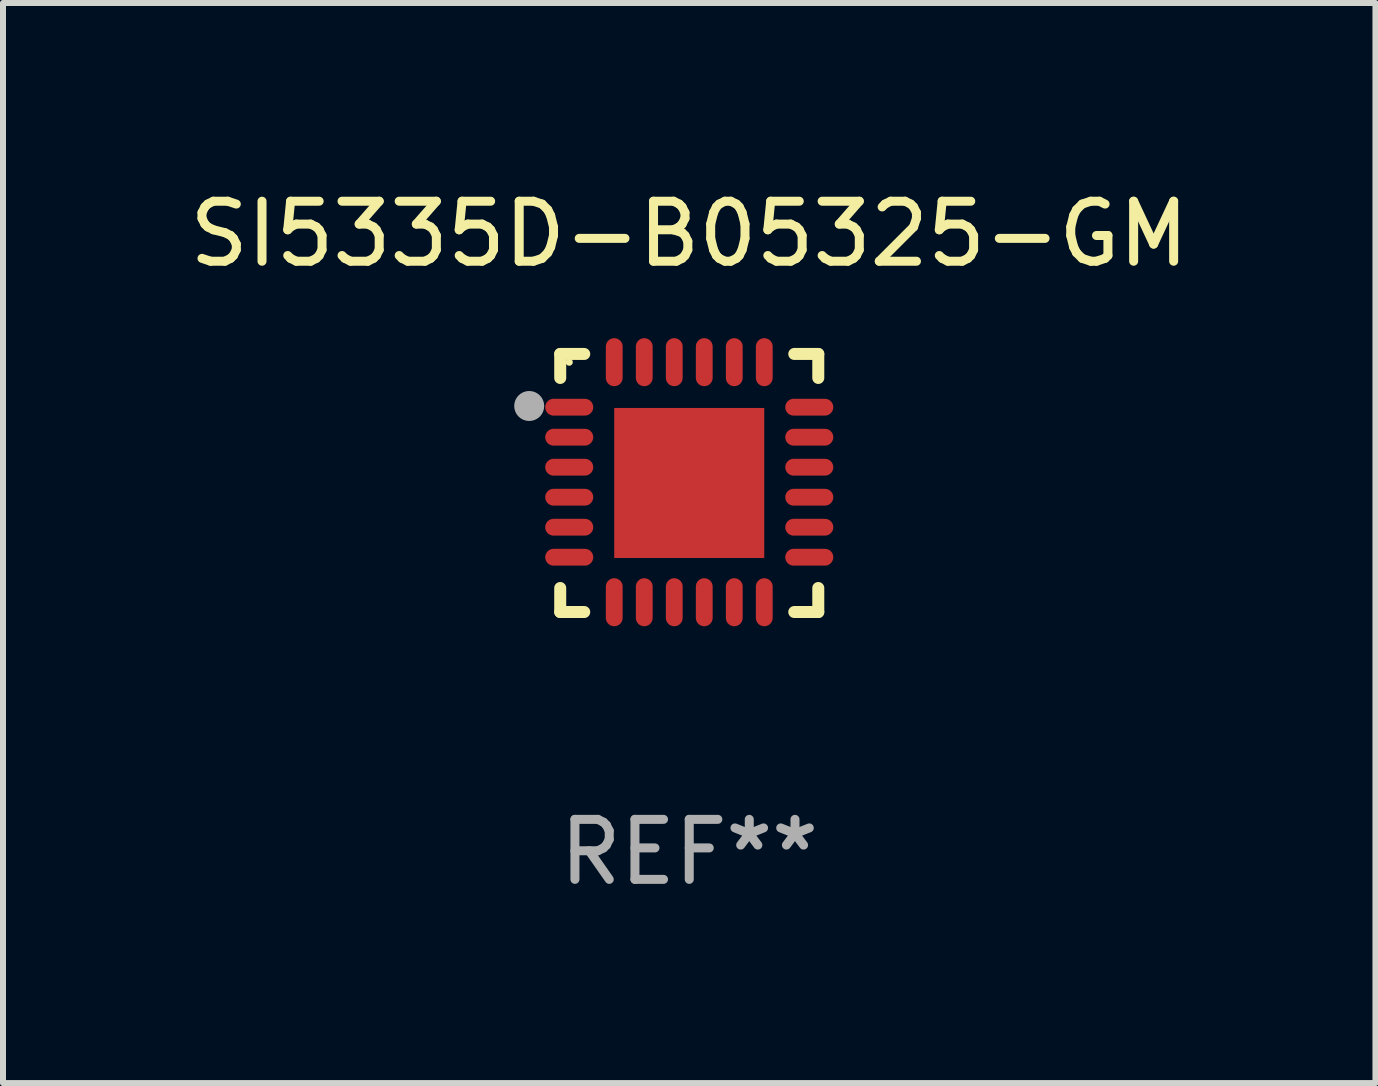
<source format=kicad_pcb>
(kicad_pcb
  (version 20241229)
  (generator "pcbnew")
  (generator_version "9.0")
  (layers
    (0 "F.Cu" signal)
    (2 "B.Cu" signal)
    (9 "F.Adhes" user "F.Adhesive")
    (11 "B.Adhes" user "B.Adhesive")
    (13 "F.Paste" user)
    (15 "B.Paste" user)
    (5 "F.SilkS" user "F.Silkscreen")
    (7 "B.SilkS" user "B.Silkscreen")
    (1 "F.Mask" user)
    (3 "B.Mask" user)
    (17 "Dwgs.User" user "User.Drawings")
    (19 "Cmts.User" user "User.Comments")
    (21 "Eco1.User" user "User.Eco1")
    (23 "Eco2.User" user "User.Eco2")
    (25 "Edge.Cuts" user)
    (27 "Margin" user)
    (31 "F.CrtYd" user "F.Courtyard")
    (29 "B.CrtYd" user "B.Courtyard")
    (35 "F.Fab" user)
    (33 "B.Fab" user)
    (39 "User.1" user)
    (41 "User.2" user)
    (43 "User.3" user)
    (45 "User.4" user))
  (footprint "SI5335D-B05325-GM"
    (layer "F.Cu")
    (at 8.435 4.998)
    (property "Reference" "SI5335D-B05325-GM" (at 0 -4.15 0) (layer "F.SilkS") (effects (font (size 1 1) (thickness 0.15))))
    (attr through_hole)
    (fp_line (start -2.15 -2.15) (end -1.75 -2.15) (stroke (width 0.2) (type solid)) (layer "F.SilkS"))
    (fp_line (start -2.15 -1.75) (end -2.15 -2.15) (stroke (width 0.2) (type solid)) (layer "F.SilkS"))
    (fp_line (start -2.15 2.15) (end -2.15 1.75) (stroke (width 0.2) (type solid)) (layer "F.SilkS"))
    (fp_line (start -1.75 2.15) (end -2.15 2.15) (stroke (width 0.2) (type solid)) (layer "F.SilkS"))
    (fp_line (start 1.75 -2.15) (end 2.15 -2.15) (stroke (width 0.2) (type solid)) (layer "F.SilkS"))
    (fp_line (start 1.75 2.15) (end 2.15 2.15) (stroke (width 0.2) (type solid)) (layer "F.SilkS"))
    (fp_line (start 2.15 -2.15) (end 2.15 -1.75) (stroke (width 0.2) (type solid)) (layer "F.SilkS"))
    (fp_line (start 2.15 2.15) (end 2.15 1.75) (stroke (width 0.2) (type solid)) (layer "F.SilkS"))
    (fp_circle (center -2 -2.013) (end -1.97 -2.013) (stroke (width 0.06) (type solid)) (fill no) (layer "F.SilkS"))
    (fp_circle (center -2.667 -1.283) (end -2.542 -1.283) (stroke (width 0.25) (type solid)) (fill no) (layer "F.Fab"))
    (fp_text user "REF**" (at 0 6.15 0) (layer "F.Fab") (effects (font (size 1 1) (thickness 0.15))))
    (pad "1" smd oval (at -2 -1.263) (size 0.8 0.28) (layers "F.Cu" "F.Mask" "F.Paste"))
    (pad "2" smd oval (at -2 -0.763) (size 0.8 0.28) (layers "F.Cu" "F.Mask" "F.Paste"))
    (pad "3" smd oval (at -2 -0.263) (size 0.8 0.28) (layers "F.Cu" "F.Mask" "F.Paste"))
    (pad "4" smd oval (at -2 0.237) (size 0.8 0.28) (layers "F.Cu" "F.Mask" "F.Paste"))
    (pad "5" smd oval (at -2 0.737) (size 0.8 0.28) (layers "F.Cu" "F.Mask" "F.Paste"))
    (pad "6" smd oval (at -2 1.237) (size 0.8 0.28) (layers "F.Cu" "F.Mask" "F.Paste"))
    (pad "7" smd oval (at -1.25 1.987) (size 0.28 0.8) (layers "F.Cu" "F.Mask" "F.Paste"))
    (pad "8" smd oval (at -0.75 1.987) (size 0.28 0.8) (layers "F.Cu" "F.Mask" "F.Paste"))
    (pad "9" smd oval (at -0.25 1.987) (size 0.28 0.8) (layers "F.Cu" "F.Mask" "F.Paste"))
    (pad "10" smd oval (at 0.25 1.987) (size 0.28 0.8) (layers "F.Cu" "F.Mask" "F.Paste"))
    (pad "11" smd oval (at 0.75 1.987) (size 0.28 0.8) (layers "F.Cu" "F.Mask" "F.Paste"))
    (pad "12" smd oval (at 1.25 1.987) (size 0.28 0.8) (layers "F.Cu" "F.Mask" "F.Paste"))
    (pad "13" smd oval (at 2 1.237) (size 0.8 0.28) (layers "F.Cu" "F.Mask" "F.Paste"))
    (pad "14" smd oval (at 2 0.737) (size 0.8 0.28) (layers "F.Cu" "F.Mask" "F.Paste"))
    (pad "15" smd oval (at 2 0.237) (size 0.8 0.28) (layers "F.Cu" "F.Mask" "F.Paste"))
    (pad "16" smd oval (at 2 -0.263) (size 0.8 0.28) (layers "F.Cu" "F.Mask" "F.Paste"))
    (pad "17" smd oval (at 2 -0.763) (size 0.8 0.28) (layers "F.Cu" "F.Mask" "F.Paste"))
    (pad "18" smd oval (at 2 -1.263) (size 0.8 0.28) (layers "F.Cu" "F.Mask" "F.Paste"))
    (pad "19" smd oval (at 1.25 -2.013) (size 0.28 0.8) (layers "F.Cu" "F.Mask" "F.Paste"))
    (pad "20" smd oval (at 0.75 -2.013) (size 0.28 0.8) (layers "F.Cu" "F.Mask" "F.Paste"))
    (pad "21" smd oval (at 0.25 -2.013) (size 0.28 0.8) (layers "F.Cu" "F.Mask" "F.Paste"))
    (pad "22" smd oval (at -0.25 -2.013) (size 0.28 0.8) (layers "F.Cu" "F.Mask" "F.Paste"))
    (pad "23" smd oval (at -0.75 -2.013) (size 0.28 0.8) (layers "F.Cu" "F.Mask" "F.Paste"))
    (pad "24" smd oval (at -1.25 -2.013) (size 0.28 0.8) (layers "F.Cu" "F.Mask" "F.Paste"))
    (pad "25" smd rect (at -0.000127 -0.00014) (size 2.5 2.5) (layers "F.Cu" "F.Mask" "F.Paste")))
  (gr_rect
    (start -3 -3)
    (end 19.869 14.997)
    (stroke (width 0.1) (type default))
    (fill no)
    (layer "Edge.Cuts")))
</source>
